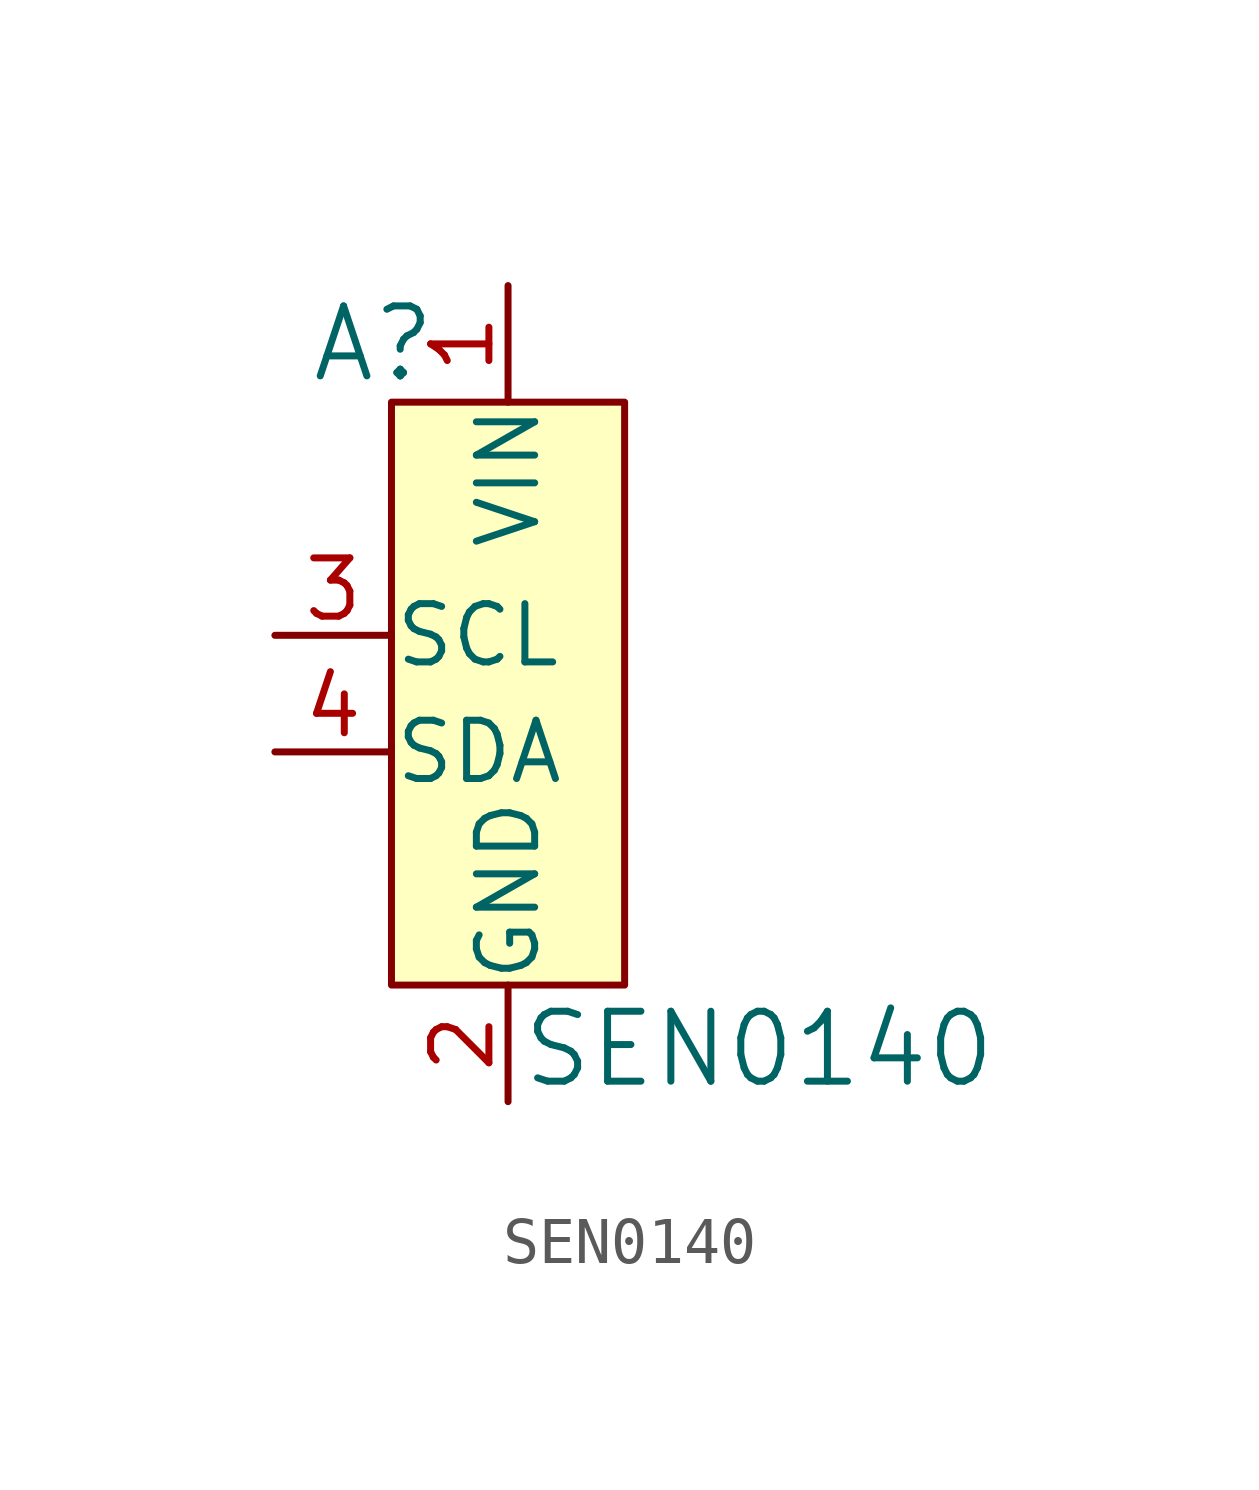
<source format=kicad_sym>
(kicad_symbol_lib
  (version 20201005)
  (generator kicad_symbol_editor)
  (symbol "SEN0140"
    (pin_names
      (offset 0.025))
    (property "Reference" "A"
      (at -1.524 6.35 0)
      (effects (font (size 1.524 1.524)) (justify right)))
    (property "Value" "SEN0140"
      (at 0.254 -9.017 0)
      (effects (font (size 1.524 1.524)) (justify left)))
    (symbol "SEN0140_0_1"
      (rectangle (start -2.54 5.08) (end 2.54 -7.62) (stroke (width 0)) (fill (type background))))
    (symbol "SEN0140_1_1"
      (pin power_in line (at 0 7.62 270) (length 2.54) (name "VIN" (effects (font (size 1.27 1.27)))) (number "1" (effects (font (size 1.27 1.27)))))
      (pin power_in line (at 0 -10.16 90) (length 2.54) (name "GND" (effects (font (size 1.27 1.27)))) (number "2" (effects (font (size 1.27 1.27)))))
      (pin bidirectional line (at -5.08 0 0) (length 2.54) (name "SCL" (effects (font (size 1.27 1.27)))) (number "3" (effects (font (size 1.27 1.27)))))
      (pin bidirectional line (at -5.08 -2.54 0) (length 2.54) (name "SDA" (effects (font (size 1.27 1.27)))) (number "4" (effects (font (size 1.27 1.27))))))))
</source>
